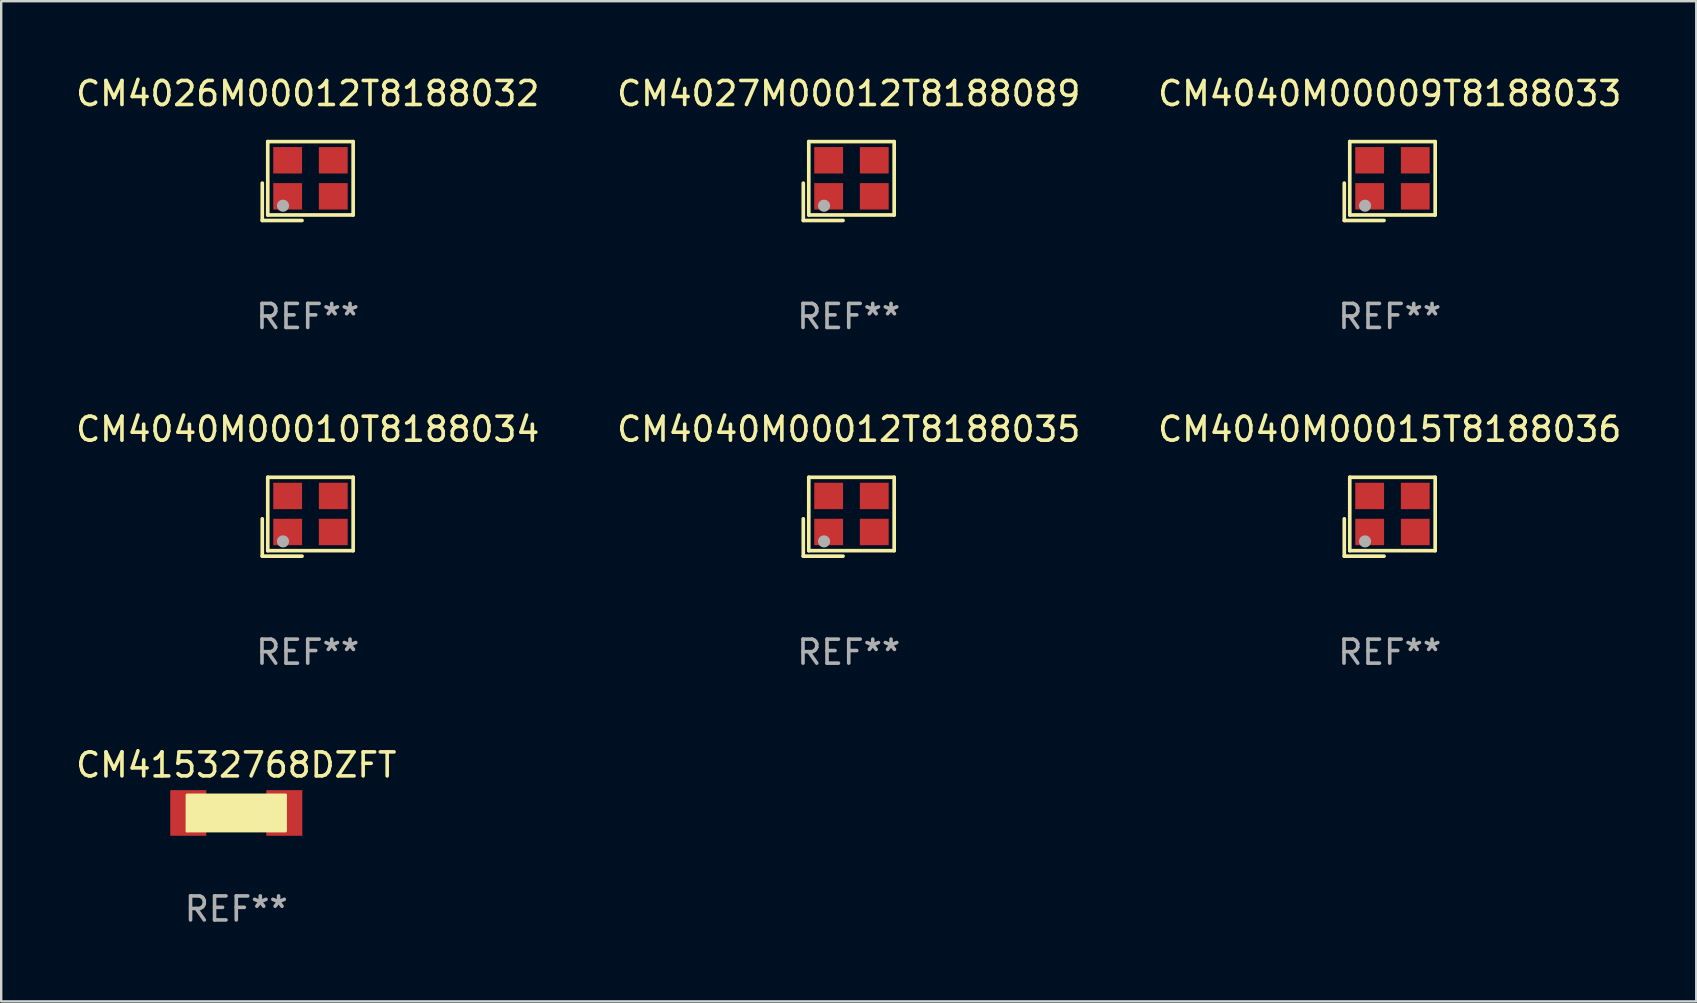
<source format=kicad_pcb>
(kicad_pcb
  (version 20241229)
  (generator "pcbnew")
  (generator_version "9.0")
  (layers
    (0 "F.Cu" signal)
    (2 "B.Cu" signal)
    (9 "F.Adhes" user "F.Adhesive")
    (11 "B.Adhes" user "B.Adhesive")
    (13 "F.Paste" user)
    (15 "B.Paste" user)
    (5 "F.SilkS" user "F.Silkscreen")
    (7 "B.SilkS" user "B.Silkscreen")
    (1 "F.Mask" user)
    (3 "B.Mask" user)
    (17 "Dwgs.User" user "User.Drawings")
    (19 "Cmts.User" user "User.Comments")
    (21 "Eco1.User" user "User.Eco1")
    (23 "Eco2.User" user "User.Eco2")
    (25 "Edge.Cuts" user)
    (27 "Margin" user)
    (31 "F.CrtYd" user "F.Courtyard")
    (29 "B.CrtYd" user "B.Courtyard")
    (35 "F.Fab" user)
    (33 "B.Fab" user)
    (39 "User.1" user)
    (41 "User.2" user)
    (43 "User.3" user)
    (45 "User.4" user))
  (footprint "CM4027M00012T8188089"
    (layer "F.Cu")
    (at 32.304 4.491)
    (property "Reference" "CM4027M00012T8188089" (at 0 -3.643 0) (layer "F.SilkS") (effects (font (size 1 1) (thickness 0.15))))
    (attr through_hole)
    (fp_line (start -1.893 0.086) (end -1.893 1.643) (stroke (width 0.152) (type solid)) (layer "F.SilkS"))
    (fp_line (start -1.893 1.643) (end -0.237 1.643) (stroke (width 0.152) (type solid)) (layer "F.SilkS"))
    (fp_line (start -1.665 -1.643) (end 1.893 -1.643) (stroke (width 0.152) (type solid)) (layer "F.SilkS"))
    (fp_line (start -1.665 1.414) (end -1.665 -1.643) (stroke (width 0.152) (type solid)) (layer "F.SilkS"))
    (fp_line (start 1.893 -1.643) (end 1.893 1.414) (stroke (width 0.152) (type solid)) (layer "F.SilkS"))
    (fp_line (start 1.893 1.414) (end -1.665 1.414) (stroke (width 0.152) (type solid)) (layer "F.SilkS"))
    (fp_circle (center -1.136 0.885) (end -1.106 0.885) (stroke (width 0.06) (type solid)) (fill no) (layer "F.SilkS"))
    (fp_circle (center -1.029 1.028) (end -0.902 1.028) (stroke (width 0.254) (type solid)) (fill no) (layer "F.Fab"))
    (fp_text user "REF**" (at 0 5.643 0) (layer "F.Fab") (effects (font (size 1 1) (thickness 0.15))))
    (pad "1" smd rect (at -0.836 0.636) (size 1.2 1.1) (layers "F.Cu" "F.Mask" "F.Paste"))
    (pad "2" smd rect (at 1.064 0.636) (size 1.2 1.1) (layers "F.Cu" "F.Mask" "F.Paste"))
    (pad "3" smd rect (at 1.064 -0.865) (size 1.2 1.1) (layers "F.Cu" "F.Mask" "F.Paste"))
    (pad "4" smd rect (at -0.836 -0.865) (size 1.2 1.1) (layers "F.Cu" "F.Mask" "F.Paste")))
  (footprint "CM4040M00010T8188034"
    (layer "F.Cu")
    (at 9.768 18.474)
    (property "Reference" "CM4040M00010T8188034" (at 0 -3.643 0) (layer "F.SilkS") (effects (font (size 1 1) (thickness 0.15))))
    (attr through_hole)
    (fp_line (start -1.893 0.086) (end -1.893 1.643) (stroke (width 0.152) (type solid)) (layer "F.SilkS"))
    (fp_line (start -1.893 1.643) (end -0.237 1.643) (stroke (width 0.152) (type solid)) (layer "F.SilkS"))
    (fp_line (start -1.665 -1.643) (end 1.893 -1.643) (stroke (width 0.152) (type solid)) (layer "F.SilkS"))
    (fp_line (start -1.665 1.414) (end -1.665 -1.643) (stroke (width 0.152) (type solid)) (layer "F.SilkS"))
    (fp_line (start 1.893 -1.643) (end 1.893 1.414) (stroke (width 0.152) (type solid)) (layer "F.SilkS"))
    (fp_line (start 1.893 1.414) (end -1.665 1.414) (stroke (width 0.152) (type solid)) (layer "F.SilkS"))
    (fp_circle (center -1.136 0.885) (end -1.106 0.885) (stroke (width 0.06) (type solid)) (fill no) (layer "F.SilkS"))
    (fp_circle (center -1.029 1.028) (end -0.902 1.028) (stroke (width 0.254) (type solid)) (fill no) (layer "F.Fab"))
    (fp_text user "REF**" (at 0 5.643 0) (layer "F.Fab") (effects (font (size 1 1) (thickness 0.15))))
    (pad "1" smd rect (at -0.836 0.636) (size 1.2 1.1) (layers "F.Cu" "F.Mask" "F.Paste"))
    (pad "2" smd rect (at 1.064 0.636) (size 1.2 1.1) (layers "F.Cu" "F.Mask" "F.Paste"))
    (pad "3" smd rect (at 1.064 -0.865) (size 1.2 1.1) (layers "F.Cu" "F.Mask" "F.Paste"))
    (pad "4" smd rect (at -0.836 -0.865) (size 1.2 1.1) (layers "F.Cu" "F.Mask" "F.Paste")))
  (footprint "CM4040M00009T8188033"
    (layer "F.Cu")
    (at 54.839 4.491)
    (property "Reference" "CM4040M00009T8188033" (at 0 -3.643 0) (layer "F.SilkS") (effects (font (size 1 1) (thickness 0.15))))
    (attr through_hole)
    (fp_line (start -1.893 0.086) (end -1.893 1.643) (stroke (width 0.152) (type solid)) (layer "F.SilkS"))
    (fp_line (start -1.893 1.643) (end -0.237 1.643) (stroke (width 0.152) (type solid)) (layer "F.SilkS"))
    (fp_line (start -1.665 -1.643) (end 1.893 -1.643) (stroke (width 0.152) (type solid)) (layer "F.SilkS"))
    (fp_line (start -1.665 1.414) (end -1.665 -1.643) (stroke (width 0.152) (type solid)) (layer "F.SilkS"))
    (fp_line (start 1.893 -1.643) (end 1.893 1.414) (stroke (width 0.152) (type solid)) (layer "F.SilkS"))
    (fp_line (start 1.893 1.414) (end -1.665 1.414) (stroke (width 0.152) (type solid)) (layer "F.SilkS"))
    (fp_circle (center -1.136 0.885) (end -1.106 0.885) (stroke (width 0.06) (type solid)) (fill no) (layer "F.SilkS"))
    (fp_circle (center -1.029 1.028) (end -0.902 1.028) (stroke (width 0.254) (type solid)) (fill no) (layer "F.Fab"))
    (fp_text user "REF**" (at 0 5.643 0) (layer "F.Fab") (effects (font (size 1 1) (thickness 0.15))))
    (pad "1" smd rect (at -0.836 0.636) (size 1.2 1.1) (layers "F.Cu" "F.Mask" "F.Paste"))
    (pad "2" smd rect (at 1.064 0.636) (size 1.2 1.1) (layers "F.Cu" "F.Mask" "F.Paste"))
    (pad "3" smd rect (at 1.064 -0.865) (size 1.2 1.1) (layers "F.Cu" "F.Mask" "F.Paste"))
    (pad "4" smd rect (at -0.836 -0.865) (size 1.2 1.1) (layers "F.Cu" "F.Mask" "F.Paste")))
  (footprint "CM4040M00012T8188035"
    (layer "F.Cu")
    (at 32.304 18.474)
    (property "Reference" "CM4040M00012T8188035" (at 0 -3.643 0) (layer "F.SilkS") (effects (font (size 1 1) (thickness 0.15))))
    (attr through_hole)
    (fp_line (start -1.893 0.086) (end -1.893 1.643) (stroke (width 0.152) (type solid)) (layer "F.SilkS"))
    (fp_line (start -1.893 1.643) (end -0.237 1.643) (stroke (width 0.152) (type solid)) (layer "F.SilkS"))
    (fp_line (start -1.665 -1.643) (end 1.893 -1.643) (stroke (width 0.152) (type solid)) (layer "F.SilkS"))
    (fp_line (start -1.665 1.414) (end -1.665 -1.643) (stroke (width 0.152) (type solid)) (layer "F.SilkS"))
    (fp_line (start 1.893 -1.643) (end 1.893 1.414) (stroke (width 0.152) (type solid)) (layer "F.SilkS"))
    (fp_line (start 1.893 1.414) (end -1.665 1.414) (stroke (width 0.152) (type solid)) (layer "F.SilkS"))
    (fp_circle (center -1.136 0.885) (end -1.106 0.885) (stroke (width 0.06) (type solid)) (fill no) (layer "F.SilkS"))
    (fp_circle (center -1.029 1.028) (end -0.902 1.028) (stroke (width 0.254) (type solid)) (fill no) (layer "F.Fab"))
    (fp_text user "REF**" (at 0 5.643 0) (layer "F.Fab") (effects (font (size 1 1) (thickness 0.15))))
    (pad "1" smd rect (at -0.836 0.636) (size 1.2 1.1) (layers "F.Cu" "F.Mask" "F.Paste"))
    (pad "2" smd rect (at 1.064 0.636) (size 1.2 1.1) (layers "F.Cu" "F.Mask" "F.Paste"))
    (pad "3" smd rect (at 1.064 -0.865) (size 1.2 1.1) (layers "F.Cu" "F.Mask" "F.Paste"))
    (pad "4" smd rect (at -0.836 -0.865) (size 1.2 1.1) (layers "F.Cu" "F.Mask" "F.Paste")))
  (footprint "CM4040M00015T8188036"
    (layer "F.Cu")
    (at 54.839 18.474)
    (property "Reference" "CM4040M00015T8188036" (at 0 -3.643 0) (layer "F.SilkS") (effects (font (size 1 1) (thickness 0.15))))
    (attr through_hole)
    (fp_line (start -1.893 0.086) (end -1.893 1.643) (stroke (width 0.152) (type solid)) (layer "F.SilkS"))
    (fp_line (start -1.893 1.643) (end -0.237 1.643) (stroke (width 0.152) (type solid)) (layer "F.SilkS"))
    (fp_line (start -1.665 -1.643) (end 1.893 -1.643) (stroke (width 0.152) (type solid)) (layer "F.SilkS"))
    (fp_line (start -1.665 1.414) (end -1.665 -1.643) (stroke (width 0.152) (type solid)) (layer "F.SilkS"))
    (fp_line (start 1.893 -1.643) (end 1.893 1.414) (stroke (width 0.152) (type solid)) (layer "F.SilkS"))
    (fp_line (start 1.893 1.414) (end -1.665 1.414) (stroke (width 0.152) (type solid)) (layer "F.SilkS"))
    (fp_circle (center -1.136 0.885) (end -1.106 0.885) (stroke (width 0.06) (type solid)) (fill no) (layer "F.SilkS"))
    (fp_circle (center -1.029 1.028) (end -0.902 1.028) (stroke (width 0.254) (type solid)) (fill no) (layer "F.Fab"))
    (fp_text user "REF**" (at 0 5.643 0) (layer "F.Fab") (effects (font (size 1 1) (thickness 0.15))))
    (pad "1" smd rect (at -0.836 0.636) (size 1.2 1.1) (layers "F.Cu" "F.Mask" "F.Paste"))
    (pad "2" smd rect (at 1.064 0.636) (size 1.2 1.1) (layers "F.Cu" "F.Mask" "F.Paste"))
    (pad "3" smd rect (at 1.064 -0.865) (size 1.2 1.1) (layers "F.Cu" "F.Mask" "F.Paste"))
    (pad "4" smd rect (at -0.836 -0.865) (size 1.2 1.1) (layers "F.Cu" "F.Mask" "F.Paste")))
  (footprint "CM4026M00012T8188032"
    (layer "F.Cu")
    (at 9.768 4.491)
    (property "Reference" "CM4026M00012T8188032" (at 0 -3.643 0) (layer "F.SilkS") (effects (font (size 1 1) (thickness 0.15))))
    (attr through_hole)
    (fp_line (start -1.893 0.086) (end -1.893 1.643) (stroke (width 0.152) (type solid)) (layer "F.SilkS"))
    (fp_line (start -1.893 1.643) (end -0.237 1.643) (stroke (width 0.152) (type solid)) (layer "F.SilkS"))
    (fp_line (start -1.665 -1.643) (end 1.893 -1.643) (stroke (width 0.152) (type solid)) (layer "F.SilkS"))
    (fp_line (start -1.665 1.414) (end -1.665 -1.643) (stroke (width 0.152) (type solid)) (layer "F.SilkS"))
    (fp_line (start 1.893 -1.643) (end 1.893 1.414) (stroke (width 0.152) (type solid)) (layer "F.SilkS"))
    (fp_line (start 1.893 1.414) (end -1.665 1.414) (stroke (width 0.152) (type solid)) (layer "F.SilkS"))
    (fp_circle (center -1.136 0.885) (end -1.106 0.885) (stroke (width 0.06) (type solid)) (fill no) (layer "F.SilkS"))
    (fp_circle (center -1.029 1.028) (end -0.902 1.028) (stroke (width 0.254) (type solid)) (fill no) (layer "F.Fab"))
    (fp_text user "REF**" (at 0 5.643 0) (layer "F.Fab") (effects (font (size 1 1) (thickness 0.15))))
    (pad "1" smd rect (at -0.836 0.636) (size 1.2 1.1) (layers "F.Cu" "F.Mask" "F.Paste"))
    (pad "2" smd rect (at 1.064 0.636) (size 1.2 1.1) (layers "F.Cu" "F.Mask" "F.Paste"))
    (pad "3" smd rect (at 1.064 -0.865) (size 1.2 1.1) (layers "F.Cu" "F.Mask" "F.Paste"))
    (pad "4" smd rect (at -0.836 -0.865) (size 1.2 1.1) (layers "F.Cu" "F.Mask" "F.Paste")))
  (footprint "CM41532768DZFT"
    (layer "F.Cu")
    (at 6.792 30.814)
    (property "Reference" "CM41532768DZFT" (at 0 -2 0) (layer "F.SilkS") (effects (font (size 1 1) (thickness 0.15))))
    (attr through_hole)
    (fp_circle (center -2.05 0.75) (end -2.02 0.75) (stroke (width 0.06) (type solid)) (fill no) (layer "F.SilkS"))
    (fp_poly (pts (xy -2.05 -0.75) (xy 2.05 -0.75) (xy 2.05 0.75) (xy -2.05 0.75)) (stroke (width 0.12) (type solid)) (fill yes) (layer "F.SilkS"))
    (fp_text user "REF**" (at 0 4 0) (layer "F.Fab") (effects (font (size 1 1) (thickness 0.15))))
    (pad "1" smd rect (at -2 0) (size 1.5 1.9) (layers "F.Cu" "F.Mask" "F.Paste"))
    (pad "2" smd rect (at 2 0) (size 1.5 1.9) (layers "F.Cu" "F.Mask" "F.Paste")))
  (gr_rect
    (start -3 -3)
    (end 67.607 38.662)
    (stroke (width 0.1) (type default))
    (fill no)
    (layer "Edge.Cuts")))
</source>
